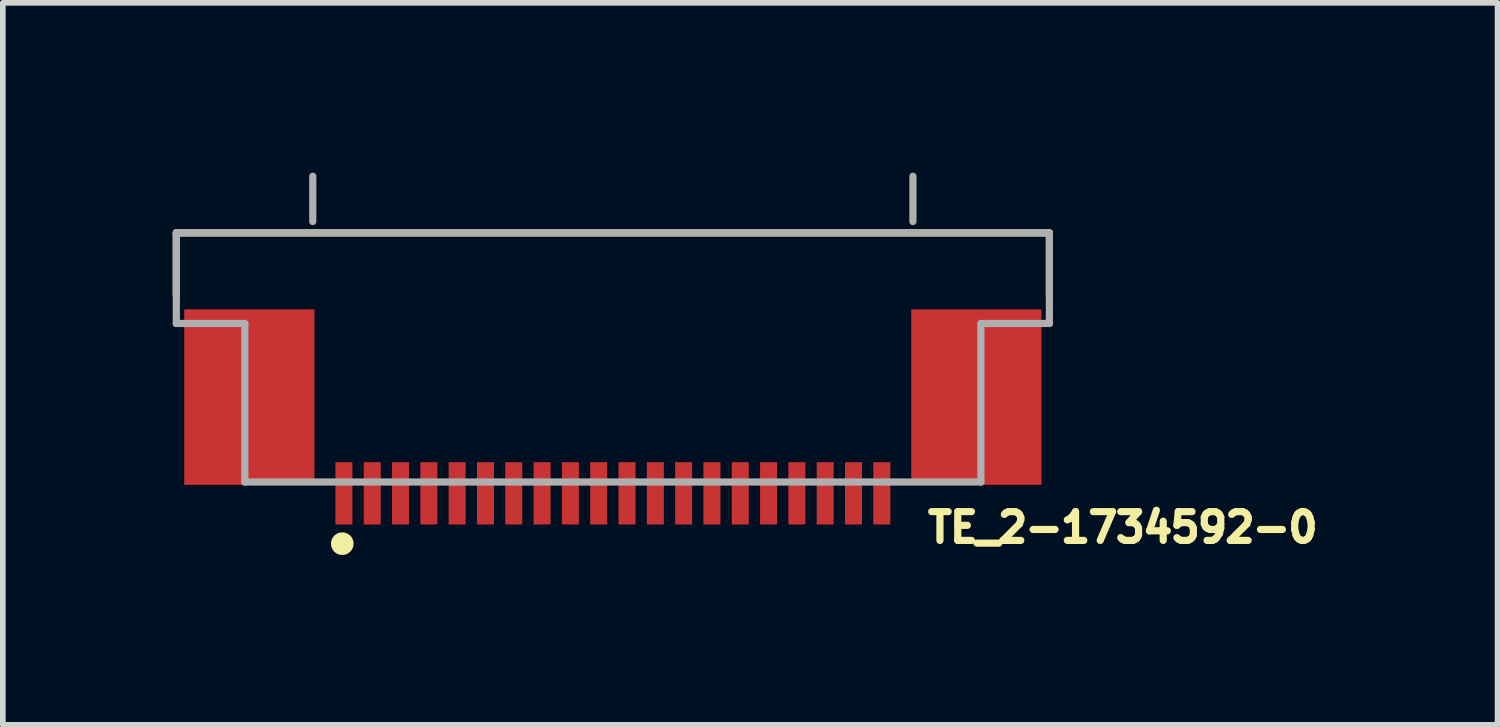
<source format=kicad_pcb>
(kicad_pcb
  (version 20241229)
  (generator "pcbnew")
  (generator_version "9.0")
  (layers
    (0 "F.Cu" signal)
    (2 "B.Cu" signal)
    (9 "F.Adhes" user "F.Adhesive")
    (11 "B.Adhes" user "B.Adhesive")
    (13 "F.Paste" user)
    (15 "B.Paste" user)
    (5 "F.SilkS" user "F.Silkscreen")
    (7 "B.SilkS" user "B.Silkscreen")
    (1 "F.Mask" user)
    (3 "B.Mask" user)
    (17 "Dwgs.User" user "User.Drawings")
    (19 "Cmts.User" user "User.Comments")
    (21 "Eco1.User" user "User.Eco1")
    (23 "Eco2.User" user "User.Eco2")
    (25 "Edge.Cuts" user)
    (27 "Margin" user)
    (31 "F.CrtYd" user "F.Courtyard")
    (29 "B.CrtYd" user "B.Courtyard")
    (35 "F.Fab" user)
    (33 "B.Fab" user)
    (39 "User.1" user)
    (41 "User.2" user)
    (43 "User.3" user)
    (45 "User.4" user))
  (footprint "TE_2-1734592-0"
    (layer "F.Cu")
    (at 7.774 3.963)
    (property "Reference" "TE_2-1734592-0" (at 5.5 2.6 0) (layer "F.SilkS") (effects (font (size 0.508 0.508) (thickness 0.127)) (justify left bottom)))
    (fp_line (start -7.71 -2.9) (end -7.71 -1.8) (stroke (width 0.127) (type solid)) (layer "F.SilkS"))
    (fp_line (start 7.71 -2.9) (end -7.71 -2.9) (stroke (width 0.127) (type solid)) (layer "F.SilkS"))
    (fp_line (start 7.71 -1.8) (end 7.71 -2.9) (stroke (width 0.127) (type solid)) (layer "F.SilkS"))
    (fp_circle (center -4.779 2.589) (end -4.679 2.589) (stroke (width 0.2) (type solid)) (fill no) (layer "F.SilkS"))
    (fp_poly (pts (xy -7.2 1.1) (xy -5.6 1.1) (xy -5.6 -1.1) (xy -7.2 -1.1)) (stroke (width 0) (type default)) (fill yes) (layer "F.Paste"))
    (fp_poly (pts (xy 5.7 1.1) (xy 7.3 1.1) (xy 7.3 -1.1) (xy 5.7 -1.1)) (stroke (width 0) (type default)) (fill yes) (layer "F.Paste"))
    (fp_line (start -7.71 -1.3) (end -7.71 -2.9) (stroke (width 0.127) (type solid)) (layer "F.Fab"))
    (fp_line (start -6.5 -1.3) (end -7.71 -1.3) (stroke (width 0.127) (type solid)) (layer "F.Fab"))
    (fp_line (start -6.5 1.5) (end -6.5 -1.3) (stroke (width 0.127) (type solid)) (layer "F.Fab"))
    (fp_line (start -5.3 -3.1) (end -5.3 -3.9) (stroke (width 0.127) (type solid)) (layer "F.Fab"))
    (fp_line (start 5.3 -3.1) (end 5.3 -3.9) (stroke (width 0.127) (type solid)) (layer "F.Fab"))
    (fp_line (start 6.5 -1.3) (end 7.71 -1.3) (stroke (width 0.127) (type solid)) (layer "F.Fab"))
    (fp_line (start 6.5 1.5) (end -6.5 1.5) (stroke (width 0.127) (type solid)) (layer "F.Fab"))
    (fp_line (start 6.5 1.5) (end 6.5 -1.3) (stroke (width 0.127) (type solid)) (layer "F.Fab"))
    (fp_line (start 7.71 -2.9) (end -7.71 -2.9) (stroke (width 0.127) (type solid)) (layer "F.Fab"))
    (fp_line (start 7.71 -1.3) (end 7.71 -2.9) (stroke (width 0.127) (type solid)) (layer "F.Fab"))
    (pad "1" smd rect (at -4.75 1.7 90) (size 1.1 0.3) (layers "F.Cu" "F.Mask" "F.Paste"))
    (pad "2" smd rect (at -4.25 1.7 90) (size 1.1 0.3) (layers "F.Cu" "F.Mask" "F.Paste"))
    (pad "3" smd rect (at -3.75 1.7 90) (size 1.1 0.3) (layers "F.Cu" "F.Mask" "F.Paste"))
    (pad "4" smd rect (at -3.25 1.7 90) (size 1.1 0.3) (layers "F.Cu" "F.Mask" "F.Paste"))
    (pad "5" smd rect (at -2.75 1.7 90) (size 1.1 0.3) (layers "F.Cu" "F.Mask" "F.Paste"))
    (pad "6" smd rect (at -2.25 1.7 90) (size 1.1 0.3) (layers "F.Cu" "F.Mask" "F.Paste"))
    (pad "7" smd rect (at -1.75 1.7 90) (size 1.1 0.3) (layers "F.Cu" "F.Mask" "F.Paste"))
    (pad "8" smd rect (at -1.25 1.7 90) (size 1.1 0.3) (layers "F.Cu" "F.Mask" "F.Paste"))
    (pad "9" smd rect (at -0.75 1.7 90) (size 1.1 0.3) (layers "F.Cu" "F.Mask" "F.Paste"))
    (pad "10" smd rect (at -0.25 1.7 90) (size 1.1 0.3) (layers "F.Cu" "F.Mask" "F.Paste"))
    (pad "11" smd rect (at 0.25 1.7 90) (size 1.1 0.3) (layers "F.Cu" "F.Mask" "F.Paste"))
    (pad "12" smd rect (at 0.75 1.7 90) (size 1.1 0.3) (layers "F.Cu" "F.Mask" "F.Paste"))
    (pad "13" smd rect (at 1.25 1.7 90) (size 1.1 0.3) (layers "F.Cu" "F.Mask" "F.Paste"))
    (pad "14" smd rect (at 1.75 1.7 90) (size 1.1 0.3) (layers "F.Cu" "F.Mask" "F.Paste"))
    (pad "15" smd rect (at 2.25 1.7 90) (size 1.1 0.3) (layers "F.Cu" "F.Mask" "F.Paste"))
    (pad "16" smd rect (at 2.75 1.7 90) (size 1.1 0.3) (layers "F.Cu" "F.Mask" "F.Paste"))
    (pad "17" smd rect (at 3.25 1.7 90) (size 1.1 0.3) (layers "F.Cu" "F.Mask" "F.Paste"))
    (pad "18" smd rect (at 3.75 1.7 90) (size 1.1 0.3) (layers "F.Cu" "F.Mask" "F.Paste"))
    (pad "19" smd rect (at 4.25 1.7 90) (size 1.1 0.3) (layers "F.Cu" "F.Mask" "F.Paste"))
    (pad "20" smd rect (at 4.75 1.7 90) (size 1.1 0.3) (layers "F.Cu" "F.Mask" "F.Paste"))
    (pad "PAD1" smd rect (at 6.42 0 180) (size 2.3 3.1) (layers "F.Cu" "F.Mask"))
    (pad "PAD2" smd rect (at -6.42 0 180) (size 2.3 3.1) (layers "F.Cu" "F.Mask")))
  (gr_rect
    (start -3 -3)
    (end 23.399 9.752)
    (stroke (width 0.1) (type default))
    (fill no)
    (layer "Edge.Cuts")))
</source>
